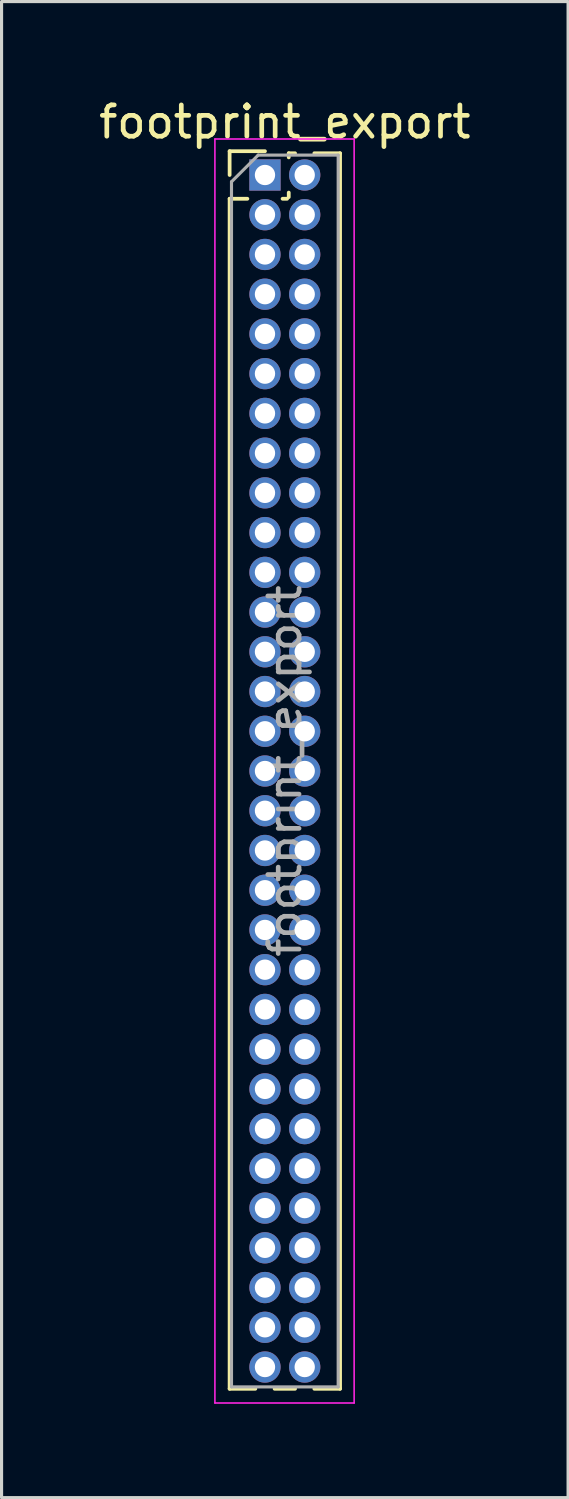
<source format=kicad_pcb>
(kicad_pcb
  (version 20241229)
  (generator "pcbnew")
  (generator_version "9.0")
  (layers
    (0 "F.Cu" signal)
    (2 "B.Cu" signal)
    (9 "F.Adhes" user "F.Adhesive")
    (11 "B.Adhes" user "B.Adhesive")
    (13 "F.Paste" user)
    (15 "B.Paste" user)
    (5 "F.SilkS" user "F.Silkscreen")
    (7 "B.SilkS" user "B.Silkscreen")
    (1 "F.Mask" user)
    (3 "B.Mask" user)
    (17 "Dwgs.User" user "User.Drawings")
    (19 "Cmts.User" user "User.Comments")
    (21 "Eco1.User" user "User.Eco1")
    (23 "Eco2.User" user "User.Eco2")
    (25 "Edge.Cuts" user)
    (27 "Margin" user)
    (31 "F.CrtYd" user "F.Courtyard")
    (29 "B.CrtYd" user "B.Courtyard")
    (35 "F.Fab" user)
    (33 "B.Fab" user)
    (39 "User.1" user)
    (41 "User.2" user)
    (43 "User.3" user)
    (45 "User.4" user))
  (footprint "footprint_export"
    (layer "F.Cu")
    (at 5.419 2.543)
    (property "Reference" "footprint_export" (at 0.635 -1.695 0) (layer "F.SilkS") (effects (font (size 1 1) (thickness 0.15))))
    (attr through_hole)
    (fp_line (start -1.13 -0.76) (end 0 -0.76) (stroke (width 0.12) (type solid)) (layer "F.SilkS"))
    (fp_line (start -1.13 0) (end -1.13 -0.76) (stroke (width 0.12) (type solid)) (layer "F.SilkS"))
    (fp_line (start -1.13 0.76) (end -1.13 38.795) (stroke (width 0.12) (type solid)) (layer "F.SilkS"))
    (fp_line (start -1.13 0.76) (end -0.563 0.76) (stroke (width 0.12) (type solid)) (layer "F.SilkS"))
    (fp_line (start -1.13 38.795) (end -0.308 38.795) (stroke (width 0.12) (type solid)) (layer "F.SilkS"))
    (fp_line (start 0.308 38.795) (end 0.962 38.795) (stroke (width 0.12) (type solid)) (layer "F.SilkS"))
    (fp_line (start 0.563 0.76) (end 0.707 0.76) (stroke (width 0.12) (type solid)) (layer "F.SilkS"))
    (fp_line (start 0.76 -0.695) (end 0.962 -0.695) (stroke (width 0.12) (type solid)) (layer "F.SilkS"))
    (fp_line (start 0.76 -0.563) (end 0.76 -0.695) (stroke (width 0.12) (type solid)) (layer "F.SilkS"))
    (fp_line (start 0.76 0.707) (end 0.76 0.563) (stroke (width 0.12) (type solid)) (layer "F.SilkS"))
    (fp_line (start 1.578 -0.695) (end 2.4 -0.695) (stroke (width 0.12) (type solid)) (layer "F.SilkS"))
    (fp_line (start 1.578 38.795) (end 2.4 38.795) (stroke (width 0.12) (type solid)) (layer "F.SilkS"))
    (fp_line (start 2.4 -0.695) (end 2.4 38.795) (stroke (width 0.12) (type solid)) (layer "F.SilkS"))
    (fp_line (start -1.6 -1.15) (end -1.6 39.25) (stroke (width 0.05) (type solid)) (layer "F.CrtYd"))
    (fp_line (start -1.6 39.25) (end 2.85 39.25) (stroke (width 0.05) (type solid)) (layer "F.CrtYd"))
    (fp_line (start 2.85 -1.15) (end -1.6 -1.15) (stroke (width 0.05) (type solid)) (layer "F.CrtYd"))
    (fp_line (start 2.85 39.25) (end 2.85 -1.15) (stroke (width 0.05) (type solid)) (layer "F.CrtYd"))
    (fp_line (start -1.07 0.217) (end -0.217 -0.635) (stroke (width 0.1) (type solid)) (layer "F.Fab"))
    (fp_line (start -1.07 38.735) (end -1.07 0.217) (stroke (width 0.1) (type solid)) (layer "F.Fab"))
    (fp_line (start -0.217 -0.635) (end 2.34 -0.635) (stroke (width 0.1) (type solid)) (layer "F.Fab"))
    (fp_line (start 2.34 -0.635) (end 2.34 38.735) (stroke (width 0.1) (type solid)) (layer "F.Fab"))
    (fp_line (start 2.34 38.735) (end -1.07 38.735) (stroke (width 0.1) (type solid)) (layer "F.Fab"))
    (fp_text user "${REFERENCE}" (at 0.635 19.05 90) (layer "F.Fab") (effects (font (size 1 1) (thickness 0.15))))
    (pad "1" thru_hole rect (at 0 0) (size 1 1) (drill 0.65) (layers "*.Cu" "*.Mask"))
    (pad "2" thru_hole oval (at 1.27 0) (size 1 1) (drill 0.65) (layers "*.Cu" "*.Mask"))
    (pad "3" thru_hole oval (at 0 1.27) (size 1 1) (drill 0.65) (layers "*.Cu" "*.Mask"))
    (pad "4" thru_hole oval (at 1.27 1.27) (size 1 1) (drill 0.65) (layers "*.Cu" "*.Mask"))
    (pad "5" thru_hole oval (at 0 2.54) (size 1 1) (drill 0.65) (layers "*.Cu" "*.Mask"))
    (pad "6" thru_hole oval (at 1.27 2.54) (size 1 1) (drill 0.65) (layers "*.Cu" "*.Mask"))
    (pad "7" thru_hole oval (at 0 3.81) (size 1 1) (drill 0.65) (layers "*.Cu" "*.Mask"))
    (pad "8" thru_hole oval (at 1.27 3.81) (size 1 1) (drill 0.65) (layers "*.Cu" "*.Mask"))
    (pad "9" thru_hole oval (at 0 5.08) (size 1 1) (drill 0.65) (layers "*.Cu" "*.Mask"))
    (pad "10" thru_hole oval (at 1.27 5.08) (size 1 1) (drill 0.65) (layers "*.Cu" "*.Mask"))
    (pad "11" thru_hole oval (at 0 6.35) (size 1 1) (drill 0.65) (layers "*.Cu" "*.Mask"))
    (pad "12" thru_hole oval (at 1.27 6.35) (size 1 1) (drill 0.65) (layers "*.Cu" "*.Mask"))
    (pad "13" thru_hole oval (at 0 7.62) (size 1 1) (drill 0.65) (layers "*.Cu" "*.Mask"))
    (pad "14" thru_hole oval (at 1.27 7.62) (size 1 1) (drill 0.65) (layers "*.Cu" "*.Mask"))
    (pad "15" thru_hole oval (at 0 8.89) (size 1 1) (drill 0.65) (layers "*.Cu" "*.Mask"))
    (pad "16" thru_hole oval (at 1.27 8.89) (size 1 1) (drill 0.65) (layers "*.Cu" "*.Mask"))
    (pad "17" thru_hole oval (at 0 10.16) (size 1 1) (drill 0.65) (layers "*.Cu" "*.Mask"))
    (pad "18" thru_hole oval (at 1.27 10.16) (size 1 1) (drill 0.65) (layers "*.Cu" "*.Mask"))
    (pad "19" thru_hole oval (at 0 11.43) (size 1 1) (drill 0.65) (layers "*.Cu" "*.Mask"))
    (pad "20" thru_hole oval (at 1.27 11.43) (size 1 1) (drill 0.65) (layers "*.Cu" "*.Mask"))
    (pad "21" thru_hole oval (at 0 12.7) (size 1 1) (drill 0.65) (layers "*.Cu" "*.Mask"))
    (pad "22" thru_hole oval (at 1.27 12.7) (size 1 1) (drill 0.65) (layers "*.Cu" "*.Mask"))
    (pad "23" thru_hole oval (at 0 13.97) (size 1 1) (drill 0.65) (layers "*.Cu" "*.Mask"))
    (pad "24" thru_hole oval (at 1.27 13.97) (size 1 1) (drill 0.65) (layers "*.Cu" "*.Mask"))
    (pad "25" thru_hole oval (at 0 15.24) (size 1 1) (drill 0.65) (layers "*.Cu" "*.Mask"))
    (pad "26" thru_hole oval (at 1.27 15.24) (size 1 1) (drill 0.65) (layers "*.Cu" "*.Mask"))
    (pad "27" thru_hole oval (at 0 16.51) (size 1 1) (drill 0.65) (layers "*.Cu" "*.Mask"))
    (pad "28" thru_hole oval (at 1.27 16.51) (size 1 1) (drill 0.65) (layers "*.Cu" "*.Mask"))
    (pad "29" thru_hole oval (at 0 17.78) (size 1 1) (drill 0.65) (layers "*.Cu" "*.Mask"))
    (pad "30" thru_hole oval (at 1.27 17.78) (size 1 1) (drill 0.65) (layers "*.Cu" "*.Mask"))
    (pad "31" thru_hole oval (at 0 19.05) (size 1 1) (drill 0.65) (layers "*.Cu" "*.Mask"))
    (pad "32" thru_hole oval (at 1.27 19.05) (size 1 1) (drill 0.65) (layers "*.Cu" "*.Mask"))
    (pad "33" thru_hole oval (at 0 20.32) (size 1 1) (drill 0.65) (layers "*.Cu" "*.Mask"))
    (pad "34" thru_hole oval (at 1.27 20.32) (size 1 1) (drill 0.65) (layers "*.Cu" "*.Mask"))
    (pad "35" thru_hole oval (at 0 21.59) (size 1 1) (drill 0.65) (layers "*.Cu" "*.Mask"))
    (pad "36" thru_hole oval (at 1.27 21.59) (size 1 1) (drill 0.65) (layers "*.Cu" "*.Mask"))
    (pad "37" thru_hole oval (at 0 22.86) (size 1 1) (drill 0.65) (layers "*.Cu" "*.Mask"))
    (pad "38" thru_hole oval (at 1.27 22.86) (size 1 1) (drill 0.65) (layers "*.Cu" "*.Mask"))
    (pad "39" thru_hole oval (at 0 24.13) (size 1 1) (drill 0.65) (layers "*.Cu" "*.Mask"))
    (pad "40" thru_hole oval (at 1.27 24.13) (size 1 1) (drill 0.65) (layers "*.Cu" "*.Mask"))
    (pad "41" thru_hole oval (at 0 25.4) (size 1 1) (drill 0.65) (layers "*.Cu" "*.Mask"))
    (pad "42" thru_hole oval (at 1.27 25.4) (size 1 1) (drill 0.65) (layers "*.Cu" "*.Mask"))
    (pad "43" thru_hole oval (at 0 26.67) (size 1 1) (drill 0.65) (layers "*.Cu" "*.Mask"))
    (pad "44" thru_hole oval (at 1.27 26.67) (size 1 1) (drill 0.65) (layers "*.Cu" "*.Mask"))
    (pad "45" thru_hole oval (at 0 27.94) (size 1 1) (drill 0.65) (layers "*.Cu" "*.Mask"))
    (pad "46" thru_hole oval (at 1.27 27.94) (size 1 1) (drill 0.65) (layers "*.Cu" "*.Mask"))
    (pad "47" thru_hole oval (at 0 29.21) (size 1 1) (drill 0.65) (layers "*.Cu" "*.Mask"))
    (pad "48" thru_hole oval (at 1.27 29.21) (size 1 1) (drill 0.65) (layers "*.Cu" "*.Mask"))
    (pad "49" thru_hole oval (at 0 30.48) (size 1 1) (drill 0.65) (layers "*.Cu" "*.Mask"))
    (pad "50" thru_hole oval (at 1.27 30.48) (size 1 1) (drill 0.65) (layers "*.Cu" "*.Mask"))
    (pad "51" thru_hole oval (at 0 31.75) (size 1 1) (drill 0.65) (layers "*.Cu" "*.Mask"))
    (pad "52" thru_hole oval (at 1.27 31.75) (size 1 1) (drill 0.65) (layers "*.Cu" "*.Mask"))
    (pad "53" thru_hole oval (at 0 33.02) (size 1 1) (drill 0.65) (layers "*.Cu" "*.Mask"))
    (pad "54" thru_hole oval (at 1.27 33.02) (size 1 1) (drill 0.65) (layers "*.Cu" "*.Mask"))
    (pad "55" thru_hole oval (at 0 34.29) (size 1 1) (drill 0.65) (layers "*.Cu" "*.Mask"))
    (pad "56" thru_hole oval (at 1.27 34.29) (size 1 1) (drill 0.65) (layers "*.Cu" "*.Mask"))
    (pad "57" thru_hole oval (at 0 35.56) (size 1 1) (drill 0.65) (layers "*.Cu" "*.Mask"))
    (pad "58" thru_hole oval (at 1.27 35.56) (size 1 1) (drill 0.65) (layers "*.Cu" "*.Mask"))
    (pad "59" thru_hole oval (at 0 36.83) (size 1 1) (drill 0.65) (layers "*.Cu" "*.Mask"))
    (pad "60" thru_hole oval (at 1.27 36.83) (size 1 1) (drill 0.65) (layers "*.Cu" "*.Mask"))
    (pad "61" thru_hole oval (at 0 38.1) (size 1 1) (drill 0.65) (layers "*.Cu" "*.Mask"))
    (pad "62" thru_hole oval (at 1.27 38.1) (size 1 1) (drill 0.65) (layers "*.Cu" "*.Mask")))
  (gr_rect
    (start -3 -3)
    (end 15.107 44.818)
    (stroke (width 0.1) (type default))
    (fill no)
    (layer "Edge.Cuts")))
</source>
